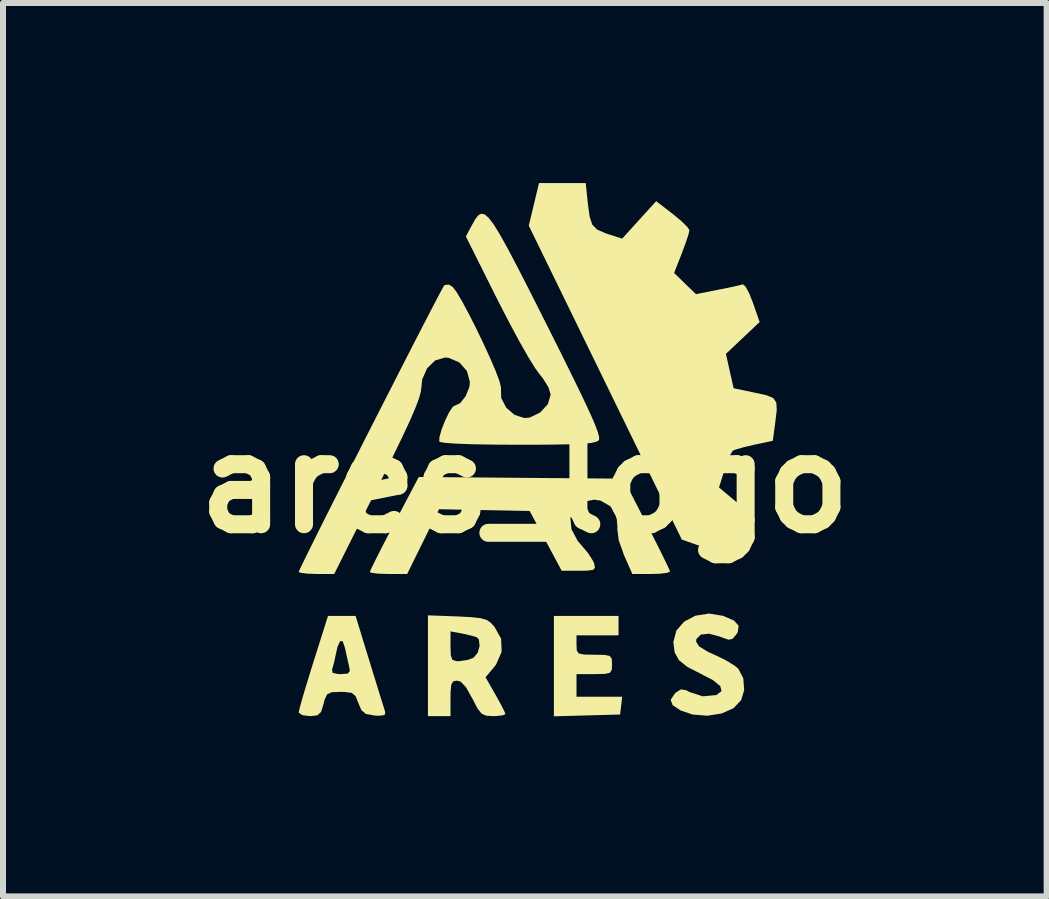
<source format=kicad_pcb>
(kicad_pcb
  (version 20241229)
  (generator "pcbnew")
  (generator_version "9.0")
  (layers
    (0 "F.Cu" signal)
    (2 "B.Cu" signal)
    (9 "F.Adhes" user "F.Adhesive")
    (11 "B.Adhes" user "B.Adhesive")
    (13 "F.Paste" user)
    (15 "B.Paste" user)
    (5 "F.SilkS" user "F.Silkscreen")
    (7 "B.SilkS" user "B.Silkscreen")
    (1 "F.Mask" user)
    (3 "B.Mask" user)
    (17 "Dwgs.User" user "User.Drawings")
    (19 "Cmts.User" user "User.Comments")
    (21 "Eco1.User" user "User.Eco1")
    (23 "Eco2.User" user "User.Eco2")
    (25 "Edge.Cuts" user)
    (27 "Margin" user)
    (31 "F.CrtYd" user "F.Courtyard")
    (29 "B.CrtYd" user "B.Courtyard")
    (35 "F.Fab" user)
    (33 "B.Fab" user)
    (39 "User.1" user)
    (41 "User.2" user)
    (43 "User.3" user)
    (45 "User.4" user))
  (footprint "ares_logo"
    (layer "F.Cu")
    (at 5.693 5.005)
    (property "Reference" "ares_logo" (at 0 0 0) (layer "F.SilkS") (effects (font (size 1.5 1.5) (thickness 0.3))))
    (attr board_only exclude_from_pos_files exclude_from_bom)
    (fp_poly (pts (xy 1.561 2.368) (xy 1.561 2.529) (xy 1.211 2.529) (xy 0.861 2.529) (xy 0.861 2.691) (xy 0.866 2.783) (xy 0.899 2.831) (xy 0.985 2.849) (xy 1.152 2.852) (xy 1.157 2.852) (xy 1.326 2.855) (xy 1.414 2.873) (xy 1.448 2.92) (xy 1.453 3.011) (xy 1.453 3.014) (xy 1.448 3.106) (xy 1.415 3.154) (xy 1.329 3.172) (xy 1.162 3.175) (xy 1.157 3.175) (xy 0.861 3.175) (xy 0.861 3.363) (xy 0.861 3.552) (xy 1.241 3.552) (xy 1.622 3.552) (xy 1.605 3.7) (xy 1.587 3.848) (xy 1.036 3.863) (xy 0.484 3.878) (xy 0.484 3.042) (xy 0.484 2.206) (xy 1.022 2.206) (xy 1.561 2.206)) (stroke (width 0) (type solid)) (fill yes) (layer "F.SilkS"))
    (fp_poly (pts (xy -0.063 -0.095) (xy 1.641 -0.081) (xy 2.029 0.673) (xy 2.162 0.933) (xy 2.275 1.159) (xy 2.361 1.334) (xy 2.411 1.442) (xy 2.419 1.466) (xy 2.372 1.488) (xy 2.246 1.503) (xy 2.106 1.507) (xy 1.791 1.507) (xy 1.654 1.197) (xy 1.565 0.948) (xy 1.54 0.756) (xy 1.543 0.726) (xy 1.526 0.533) (xy 1.423 0.377) (xy 1.26 0.284) (xy 1.153 0.269) (xy 0.952 0.31) (xy 0.819 0.419) (xy 0.759 0.576) (xy 0.777 0.762) (xy 0.881 0.956) (xy 0.936 1.02) (xy 1.053 1.159) (xy 1.136 1.288) (xy 1.155 1.332) (xy 1.168 1.402) (xy 1.139 1.438) (xy 1.045 1.451) (xy 0.903 1.453) (xy 0.614 1.453) (xy 0.347 0.955) (xy 0.08 0.457) (xy -0.674 0.443) (xy -1.429 0.428) (xy -1.694 0.967) (xy -1.96 1.507) (xy -2.271 1.507) (xy -2.438 1.502) (xy -2.551 1.488) (xy -2.583 1.474) (xy -2.559 1.418) (xy -2.493 1.283) (xy -2.394 1.087) (xy -2.269 0.845) (xy -2.175 0.666) (xy -1.767 -0.109)) (stroke (width 0) (type solid)) (fill yes) (layer "F.SilkS"))
    (fp_poly (pts (xy 3.302 2.204) (xy 3.483 2.282) (xy 3.562 2.369) (xy 3.548 2.474) (xy 3.522 2.516) (xy 3.462 2.587) (xy 3.396 2.602) (xy 3.283 2.564) (xy 3.251 2.551) (xy 3.07 2.502) (xy 2.932 2.516) (xy 2.859 2.589) (xy 2.852 2.631) (xy 2.902 2.713) (xy 3.055 2.806) (xy 3.152 2.849) (xy 3.334 2.936) (xy 3.487 3.028) (xy 3.556 3.084) (xy 3.64 3.245) (xy 3.654 3.442) (xy 3.604 3.608) (xy 3.476 3.743) (xy 3.278 3.831) (xy 3.041 3.868) (xy 2.794 3.848) (xy 2.597 3.781) (xy 2.462 3.692) (xy 2.43 3.603) (xy 2.497 3.501) (xy 2.516 3.483) (xy 2.599 3.429) (xy 2.686 3.443) (xy 2.744 3.473) (xy 2.964 3.545) (xy 3.18 3.525) (xy 3.198 3.519) (xy 3.278 3.457) (xy 3.256 3.375) (xy 3.134 3.275) (xy 2.935 3.172) (xy 2.708 3.056) (xy 2.568 2.943) (xy 2.496 2.814) (xy 2.475 2.646) (xy 2.475 2.638) (xy 2.524 2.45) (xy 2.654 2.301) (xy 2.842 2.202) (xy 3.067 2.166)) (stroke (width 0) (type solid)) (fill yes) (layer "F.SilkS"))
    (fp_poly (pts (xy -2.584 2.973) (xy -2.499 3.248) (xy -2.425 3.489) (xy -2.366 3.676) (xy -2.331 3.79) (xy -2.324 3.811) (xy -2.337 3.857) (xy -2.432 3.869) (xy -2.504 3.865) (xy -2.646 3.84) (xy -2.723 3.775) (xy -2.772 3.659) (xy -2.82 3.541) (xy -2.885 3.487) (xy -3.005 3.472) (xy -3.07 3.471) (xy -3.218 3.477) (xy -3.294 3.512) (xy -3.335 3.601) (xy -3.353 3.673) (xy -3.394 3.805) (xy -3.456 3.862) (xy -3.574 3.875) (xy -3.584 3.875) (xy -3.709 3.858) (xy -3.766 3.817) (xy -3.767 3.812) (xy -3.751 3.741) (xy -3.709 3.587) (xy -3.644 3.37) (xy -3.564 3.109) (xy -3.561 3.098) (xy -3.211 3.098) (xy -3.203 3.153) (xy -3.109 3.174) (xy -3.067 3.175) (xy -2.951 3.167) (xy -2.915 3.123) (xy -2.93 3.034) (xy -2.968 2.869) (xy -2.996 2.739) (xy -3.033 2.63) (xy -3.076 2.624) (xy -3.12 2.719) (xy -3.145 2.828) (xy -3.177 2.979) (xy -3.208 3.091) (xy -3.211 3.098) (xy -3.561 3.098) (xy -3.523 2.978) (xy -3.279 2.206) (xy -3.049 2.206) (xy -2.819 2.206)) (stroke (width 0) (type solid)) (fill yes) (layer "F.SilkS"))
    (fp_poly (pts (xy -1.125 2.214) (xy -0.89 2.226) (xy -0.736 2.243) (xy -0.637 2.272) (xy -0.565 2.322) (xy -0.507 2.384) (xy -0.395 2.586) (xy -0.386 2.803) (xy -0.479 3.016) (xy -0.516 3.063) (xy -0.654 3.228) (xy -0.489 3.517) (xy -0.402 3.674) (xy -0.342 3.792) (xy -0.323 3.841) (xy -0.37 3.862) (xy -0.489 3.874) (xy -0.527 3.875) (xy -0.643 3.868) (xy -0.721 3.833) (xy -0.789 3.747) (xy -0.872 3.586) (xy -0.876 3.579) (xy -0.98 3.394) (xy -1.068 3.301) (xy -1.129 3.283) (xy -1.192 3.295) (xy -1.225 3.35) (xy -1.237 3.473) (xy -1.238 3.579) (xy -1.238 3.875) (xy -1.426 3.875) (xy -1.614 3.875) (xy -1.614 3.035) (xy -1.614 2.463) (xy -1.238 2.463) (xy -1.238 2.712) (xy -1.233 2.863) (xy -1.207 2.936) (xy -1.144 2.958) (xy -1.1 2.96) (xy -0.949 2.938) (xy -0.857 2.904) (xy -0.786 2.822) (xy -0.753 2.704) (xy -0.766 2.598) (xy -0.794 2.564) (xy -0.87 2.539) (xy -1.005 2.507) (xy -1.036 2.501) (xy -1.238 2.463) (xy -1.614 2.463) (xy -1.614 2.196)) (stroke (width 0) (type solid)) (fill yes) (layer "F.SilkS"))
    (fp_poly (pts (xy 1.051 -4.656) (xy 1.08 -4.446) (xy 1.123 -4.314) (xy 1.202 -4.232) (xy 1.338 -4.172) (xy 1.416 -4.145) (xy 1.621 -4.079) (xy 1.905 -4.392) (xy 2.188 -4.704) (xy 2.464 -4.491) (xy 2.607 -4.373) (xy 2.707 -4.275) (xy 2.742 -4.221) (xy 2.725 -4.145) (xy 2.677 -4.001) (xy 2.616 -3.836) (xy 2.487 -3.508) (xy 2.669 -3.331) (xy 2.851 -3.155) (xy 3.215 -3.227) (xy 3.406 -3.265) (xy 3.556 -3.298) (xy 3.632 -3.318) (xy 3.676 -3.282) (xy 3.738 -3.168) (xy 3.799 -3.014) (xy 3.912 -2.691) (xy 3.631 -2.425) (xy 3.35 -2.16) (xy 3.414 -1.874) (xy 3.479 -1.587) (xy 3.838 -1.512) (xy 4.024 -1.471) (xy 4.136 -1.425) (xy 4.189 -1.352) (xy 4.197 -1.226) (xy 4.173 -1.024) (xy 4.164 -0.955) (xy 4.131 -0.712) (xy 3.821 -0.646) (xy 3.646 -0.605) (xy 3.514 -0.567) (xy 3.464 -0.546) (xy 3.422 -0.479) (xy 3.365 -0.342) (xy 3.325 -0.223) (xy 3.235 0.066) (xy 3.395 0.2) (xy 3.534 0.316) (xy 3.659 0.42) (xy 3.669 0.427) (xy 3.783 0.52) (xy 3.558 0.852) (xy 3.448 1.011) (xy 3.365 1.127) (xy 3.323 1.179) (xy 3.321 1.18) (xy 3.268 1.161) (xy 3.141 1.117) (xy 2.967 1.057) (xy 2.962 1.055) (xy 2.615 0.934) (xy 1.341 -1.681) (xy 0.066 -4.296) (xy 0.151 -4.65) (xy 0.236 -5.005) (xy 0.625 -5.005) (xy 1.014 -5.005)) (stroke (width 0) (type solid)) (fill yes) (layer "F.SilkS"))
    (fp_poly (pts (xy -0.672 -4.485) (xy -0.603 -4.427) (xy -0.517 -4.314) (xy -0.41 -4.139) (xy -0.275 -3.896) (xy -0.108 -3.578) (xy 0.097 -3.177) (xy 0.343 -2.688) (xy 0.365 -2.645) (xy 0.611 -2.154) (xy 0.81 -1.751) (xy 0.967 -1.428) (xy 1.085 -1.176) (xy 1.167 -0.988) (xy 1.217 -0.855) (xy 1.239 -0.77) (xy 1.236 -0.725) (xy 1.233 -0.721) (xy 1.193 -0.696) (xy 1.112 -0.677) (xy 0.977 -0.664) (xy 0.776 -0.654) (xy 0.498 -0.649) (xy 0.131 -0.646) (xy -0.111 -0.646) (xy -0.519 -0.648) (xy -0.863 -0.654) (xy -1.135 -0.664) (xy -1.323 -0.677) (xy -1.417 -0.693) (xy -1.425 -0.698) (xy -1.423 -0.772) (xy -1.386 -0.902) (xy -1.326 -1.053) (xy -1.26 -1.189) (xy -1.201 -1.277) (xy -1.177 -1.292) (xy -1.077 -1.339) (xy -0.985 -1.456) (xy -0.925 -1.606) (xy -0.915 -1.691) (xy -0.964 -1.873) (xy -1.09 -2.017) (xy -1.265 -2.093) (xy -1.328 -2.099) (xy -1.494 -2.05) (xy -1.628 -1.92) (xy -1.709 -1.735) (xy -1.722 -1.616) (xy -1.732 -1.531) (xy -1.764 -1.415) (xy -1.824 -1.256) (xy -1.915 -1.045) (xy -2.043 -0.771) (xy -2.212 -0.423) (xy -2.425 0.008) (xy -2.449 0.054) (xy -3.175 1.507) (xy -3.471 1.507) (xy -3.633 1.501) (xy -3.741 1.486) (xy -3.767 1.472) (xy -3.743 1.417) (xy -3.676 1.278) (xy -3.571 1.066) (xy -3.435 0.791) (xy -3.272 0.466) (xy -3.088 0.101) (xy -2.889 -0.292) (xy -2.682 -0.702) (xy -2.47 -1.118) (xy -2.261 -1.528) (xy -2.06 -1.922) (xy -1.873 -2.288) (xy -1.705 -2.614) (xy -1.562 -2.89) (xy -1.45 -3.105) (xy -1.374 -3.247) (xy -1.341 -3.304) (xy -1.341 -3.305) (xy -1.268 -3.315) (xy -1.204 -3.278) (xy -1.141 -3.196) (xy -1.048 -3.041) (xy -0.936 -2.832) (xy -0.813 -2.59) (xy -0.691 -2.336) (xy -0.578 -2.09) (xy -0.485 -1.872) (xy -0.422 -1.704) (xy -0.398 -1.605) (xy -0.398 -1.595) (xy -0.393 -1.423) (xy -0.309 -1.263) (xy -0.172 -1.144) (xy -0.008 -1.091) (xy 0.082 -1.099) (xy 0.257 -1.184) (xy 0.383 -1.322) (xy 0.431 -1.48) (xy 0.393 -1.604) (xy 0.297 -1.758) (xy 0.249 -1.816) (xy 0.17 -1.925) (xy 0.055 -2.112) (xy -0.087 -2.361) (xy -0.245 -2.654) (xy -0.41 -2.973) (xy -0.458 -3.067) (xy -0.982 -4.116) (xy -0.881 -4.305) (xy -0.829 -4.398) (xy -0.78 -4.464) (xy -0.729 -4.495)) (stroke (width 0) (type solid)) (fill yes) (layer "F.SilkS")))
  (gr_rect
    (start -3 -3)
    (end 14.386 11.883)
    (stroke (width 0.1) (type default))
    (fill no)
    (layer "Edge.Cuts")))
</source>
